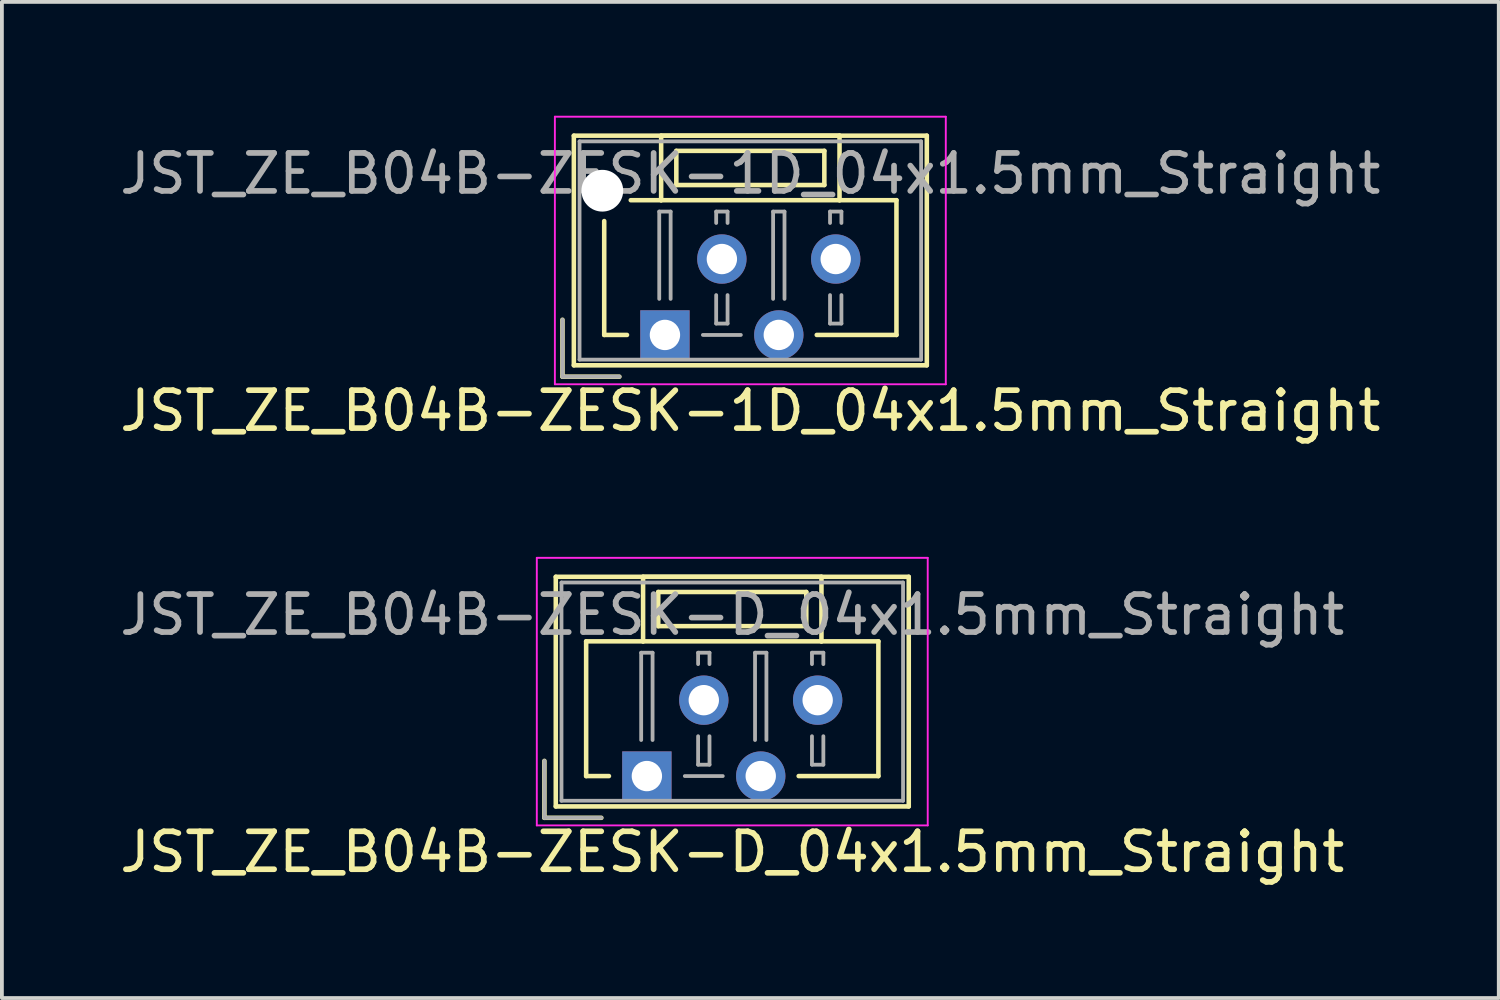
<source format=kicad_pcb>
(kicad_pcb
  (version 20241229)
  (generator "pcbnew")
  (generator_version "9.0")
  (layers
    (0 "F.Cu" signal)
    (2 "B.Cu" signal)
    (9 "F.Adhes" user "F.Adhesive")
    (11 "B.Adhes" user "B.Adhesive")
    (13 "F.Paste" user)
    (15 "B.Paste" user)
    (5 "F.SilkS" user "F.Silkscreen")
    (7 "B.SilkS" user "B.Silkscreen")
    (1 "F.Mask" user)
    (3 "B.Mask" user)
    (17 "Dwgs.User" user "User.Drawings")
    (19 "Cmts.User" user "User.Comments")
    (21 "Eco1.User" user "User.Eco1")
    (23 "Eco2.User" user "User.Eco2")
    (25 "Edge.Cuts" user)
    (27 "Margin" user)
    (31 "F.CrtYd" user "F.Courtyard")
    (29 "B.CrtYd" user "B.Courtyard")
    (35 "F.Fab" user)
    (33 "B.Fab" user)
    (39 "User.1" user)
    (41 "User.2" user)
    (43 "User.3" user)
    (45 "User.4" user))
  (footprint "JST_ZE_B04B-ZESK-D_04x1.5mm_Straight"
    (layer "F.Cu")
    (at 13.994 17.398)
    (property "Reference" "JST_ZE_B04B-ZESK-D_04x1.5mm_Straight" (at 2.25 2 0) (layer "F.SilkS") (effects (font (size 1 1) (thickness 0.15))))
    (attr through_hole)
    (fp_line (start -2.7 -0.4) (end -2.7 1.1) (stroke (width 0.12) (type solid)) (layer "F.SilkS"))
    (fp_line (start -2.7 1.1) (end -1.2 1.1) (stroke (width 0.12) (type solid)) (layer "F.SilkS"))
    (fp_line (start -2.4 -5.25) (end -2.4 0.8) (stroke (width 0.12) (type solid)) (layer "F.SilkS"))
    (fp_line (start -2.4 0.8) (end 6.9 0.8) (stroke (width 0.12) (type solid)) (layer "F.SilkS"))
    (fp_line (start -1.6 -3.55) (end -1.6 0) (stroke (width 0.12) (type solid)) (layer "F.SilkS"))
    (fp_line (start -1.6 0) (end -1 0) (stroke (width 0.12) (type solid)) (layer "F.SilkS"))
    (fp_line (start -0.1 -5.25) (end -0.1 -3.55) (stroke (width 0.12) (type solid)) (layer "F.SilkS"))
    (fp_line (start -0.1 -3.55) (end -1.6 -3.55) (stroke (width 0.12) (type solid)) (layer "F.SilkS"))
    (fp_line (start -0.1 -3.55) (end 4.6 -3.55) (stroke (width 0.12) (type solid)) (layer "F.SilkS"))
    (fp_line (start 0.3 -4.85) (end 0.3 -3.95) (stroke (width 0.12) (type solid)) (layer "F.SilkS"))
    (fp_line (start 0.3 -3.95) (end 4.2 -3.95) (stroke (width 0.12) (type solid)) (layer "F.SilkS"))
    (fp_line (start 4.2 -4.85) (end 0.3 -4.85) (stroke (width 0.12) (type solid)) (layer "F.SilkS"))
    (fp_line (start 4.2 -3.95) (end 4.2 -4.85) (stroke (width 0.12) (type solid)) (layer "F.SilkS"))
    (fp_line (start 4.6 -5.25) (end -0.1 -5.25) (stroke (width 0.12) (type solid)) (layer "F.SilkS"))
    (fp_line (start 4.6 -3.55) (end 4.6 -5.25) (stroke (width 0.12) (type solid)) (layer "F.SilkS"))
    (fp_line (start 4.6 -3.55) (end 6.1 -3.55) (stroke (width 0.12) (type solid)) (layer "F.SilkS"))
    (fp_line (start 6.1 -3.55) (end 6.1 0) (stroke (width 0.12) (type solid)) (layer "F.SilkS"))
    (fp_line (start 6.1 0) (end 4 0) (stroke (width 0.12) (type solid)) (layer "F.SilkS"))
    (fp_line (start 6.9 -5.25) (end -2.4 -5.25) (stroke (width 0.12) (type solid)) (layer "F.SilkS"))
    (fp_line (start 6.9 0.8) (end 6.9 -5.25) (stroke (width 0.12) (type solid)) (layer "F.SilkS"))
    (fp_line (start -2.9 -5.75) (end -2.9 1.3) (stroke (width 0.05) (type solid)) (layer "F.CrtYd"))
    (fp_line (start -2.9 1.3) (end 7.4 1.3) (stroke (width 0.05) (type solid)) (layer "F.CrtYd"))
    (fp_line (start 7.4 -5.75) (end -2.9 -5.75) (stroke (width 0.05) (type solid)) (layer "F.CrtYd"))
    (fp_line (start 7.4 1.3) (end 7.4 -5.75) (stroke (width 0.05) (type solid)) (layer "F.CrtYd"))
    (fp_line (start -2.7 -0.4) (end -2.7 1.1) (stroke (width 0.1) (type solid)) (layer "F.Fab"))
    (fp_line (start -2.7 1.1) (end -1.2 1.1) (stroke (width 0.1) (type solid)) (layer "F.Fab"))
    (fp_line (start -2.25 -5.1) (end -2.25 0.65) (stroke (width 0.1) (type solid)) (layer "F.Fab"))
    (fp_line (start -2.25 0.65) (end 6.75 0.65) (stroke (width 0.1) (type solid)) (layer "F.Fab"))
    (fp_line (start -0.15 -3.25) (end 0.15 -3.25) (stroke (width 0.1) (type solid)) (layer "F.Fab"))
    (fp_line (start -0.15 -0.95) (end -0.15 -3.25) (stroke (width 0.1) (type solid)) (layer "F.Fab"))
    (fp_line (start 0.15 -3.25) (end 0.15 -0.95) (stroke (width 0.1) (type solid)) (layer "F.Fab"))
    (fp_line (start 1 0) (end 2 0) (stroke (width 0.1) (type solid)) (layer "F.Fab"))
    (fp_line (start 1.35 -3.25) (end 1.65 -3.25) (stroke (width 0.1) (type solid)) (layer "F.Fab"))
    (fp_line (start 1.35 -2.95) (end 1.35 -3.25) (stroke (width 0.1) (type solid)) (layer "F.Fab"))
    (fp_line (start 1.35 -1.05) (end 1.35 -0.3) (stroke (width 0.1) (type solid)) (layer "F.Fab"))
    (fp_line (start 1.35 -0.3) (end 1.65 -0.3) (stroke (width 0.1) (type solid)) (layer "F.Fab"))
    (fp_line (start 1.65 -3.25) (end 1.65 -2.95) (stroke (width 0.1) (type solid)) (layer "F.Fab"))
    (fp_line (start 1.65 -0.3) (end 1.65 -1.05) (stroke (width 0.1) (type solid)) (layer "F.Fab"))
    (fp_line (start 2.85 -3.25) (end 3.15 -3.25) (stroke (width 0.1) (type solid)) (layer "F.Fab"))
    (fp_line (start 2.85 -0.95) (end 2.85 -3.25) (stroke (width 0.1) (type solid)) (layer "F.Fab"))
    (fp_line (start 3.15 -3.25) (end 3.15 -0.95) (stroke (width 0.1) (type solid)) (layer "F.Fab"))
    (fp_line (start 4.35 -3.25) (end 4.65 -3.25) (stroke (width 0.1) (type solid)) (layer "F.Fab"))
    (fp_line (start 4.35 -2.95) (end 4.35 -3.25) (stroke (width 0.1) (type solid)) (layer "F.Fab"))
    (fp_line (start 4.35 -1.05) (end 4.35 -0.3) (stroke (width 0.1) (type solid)) (layer "F.Fab"))
    (fp_line (start 4.35 -0.3) (end 4.65 -0.3) (stroke (width 0.1) (type solid)) (layer "F.Fab"))
    (fp_line (start 4.65 -3.25) (end 4.65 -2.95) (stroke (width 0.1) (type solid)) (layer "F.Fab"))
    (fp_line (start 4.65 -0.3) (end 4.65 -1.05) (stroke (width 0.1) (type solid)) (layer "F.Fab"))
    (fp_line (start 6.75 -5.1) (end -2.25 -5.1) (stroke (width 0.1) (type solid)) (layer "F.Fab"))
    (fp_line (start 6.75 0.65) (end 6.75 -5.1) (stroke (width 0.1) (type solid)) (layer "F.Fab"))
    (fp_text user "${REFERENCE}" (at 2.25 -4.25 0) (layer "F.Fab") (effects (font (size 1 1) (thickness 0.15))))
    (pad "1" thru_hole rect (at 0 0) (size 1.3 1.3) (drill 0.8) (layers "*.Cu" "*.Mask"))
    (pad "2" thru_hole circle (at 1.5 -2) (size 1.3 1.3) (drill 0.8) (layers "*.Cu" "*.Mask"))
    (pad "3" thru_hole circle (at 3 0) (size 1.3 1.3) (drill 0.8) (layers "*.Cu" "*.Mask"))
    (pad "4" thru_hole circle (at 4.5 -2) (size 1.3 1.3) (drill 0.8) (layers "*.Cu" "*.Mask")))
  (footprint "JST_ZE_B04B-ZESK-1D_04x1.5mm_Straight"
    (layer "F.Cu")
    (at 14.47 5.775)
    (property "Reference" "JST_ZE_B04B-ZESK-1D_04x1.5mm_Straight" (at 2.25 2 0) (layer "F.SilkS") (effects (font (size 1 1) (thickness 0.15))))
    (attr through_hole)
    (fp_line (start -2.7 -0.4) (end -2.7 1.1) (stroke (width 0.12) (type solid)) (layer "F.SilkS"))
    (fp_line (start -2.7 1.1) (end -1.2 1.1) (stroke (width 0.12) (type solid)) (layer "F.SilkS"))
    (fp_line (start -2.4 -5.25) (end -2.4 0.8) (stroke (width 0.12) (type solid)) (layer "F.SilkS"))
    (fp_line (start -2.4 0.8) (end 6.9 0.8) (stroke (width 0.12) (type solid)) (layer "F.SilkS"))
    (fp_line (start -1.6 -3) (end -1.6 0) (stroke (width 0.12) (type solid)) (layer "F.SilkS"))
    (fp_line (start -1.6 0) (end -1 0) (stroke (width 0.12) (type solid)) (layer "F.SilkS"))
    (fp_line (start -0.1 -5.25) (end -0.1 -3.55) (stroke (width 0.12) (type solid)) (layer "F.SilkS"))
    (fp_line (start -0.1 -3.55) (end -0.9 -3.55) (stroke (width 0.12) (type solid)) (layer "F.SilkS"))
    (fp_line (start -0.1 -3.55) (end 4.6 -3.55) (stroke (width 0.12) (type solid)) (layer "F.SilkS"))
    (fp_line (start 0.3 -4.85) (end 0.3 -3.95) (stroke (width 0.12) (type solid)) (layer "F.SilkS"))
    (fp_line (start 0.3 -3.95) (end 4.2 -3.95) (stroke (width 0.12) (type solid)) (layer "F.SilkS"))
    (fp_line (start 4.2 -4.85) (end 0.3 -4.85) (stroke (width 0.12) (type solid)) (layer "F.SilkS"))
    (fp_line (start 4.2 -3.95) (end 4.2 -4.85) (stroke (width 0.12) (type solid)) (layer "F.SilkS"))
    (fp_line (start 4.6 -5.25) (end -0.1 -5.25) (stroke (width 0.12) (type solid)) (layer "F.SilkS"))
    (fp_line (start 4.6 -3.55) (end 4.6 -5.25) (stroke (width 0.12) (type solid)) (layer "F.SilkS"))
    (fp_line (start 4.6 -3.55) (end 6.1 -3.55) (stroke (width 0.12) (type solid)) (layer "F.SilkS"))
    (fp_line (start 6.1 -3.55) (end 6.1 0) (stroke (width 0.12) (type solid)) (layer "F.SilkS"))
    (fp_line (start 6.1 0) (end 4 0) (stroke (width 0.12) (type solid)) (layer "F.SilkS"))
    (fp_line (start 6.9 -5.25) (end -2.4 -5.25) (stroke (width 0.12) (type solid)) (layer "F.SilkS"))
    (fp_line (start 6.9 0.8) (end 6.9 -5.25) (stroke (width 0.12) (type solid)) (layer "F.SilkS"))
    (fp_line (start -2.9 -5.75) (end -2.9 1.3) (stroke (width 0.05) (type solid)) (layer "F.CrtYd"))
    (fp_line (start -2.9 1.3) (end 7.4 1.3) (stroke (width 0.05) (type solid)) (layer "F.CrtYd"))
    (fp_line (start 7.4 -5.75) (end -2.9 -5.75) (stroke (width 0.05) (type solid)) (layer "F.CrtYd"))
    (fp_line (start 7.4 1.3) (end 7.4 -5.75) (stroke (width 0.05) (type solid)) (layer "F.CrtYd"))
    (fp_line (start -2.7 -0.4) (end -2.7 1.1) (stroke (width 0.1) (type solid)) (layer "F.Fab"))
    (fp_line (start -2.7 1.1) (end -1.2 1.1) (stroke (width 0.1) (type solid)) (layer "F.Fab"))
    (fp_line (start -2.25 -5.1) (end -2.25 0.65) (stroke (width 0.1) (type solid)) (layer "F.Fab"))
    (fp_line (start -2.25 0.65) (end 6.75 0.65) (stroke (width 0.1) (type solid)) (layer "F.Fab"))
    (fp_line (start -0.15 -3.25) (end 0.15 -3.25) (stroke (width 0.1) (type solid)) (layer "F.Fab"))
    (fp_line (start -0.15 -0.95) (end -0.15 -3.25) (stroke (width 0.1) (type solid)) (layer "F.Fab"))
    (fp_line (start 0.15 -3.25) (end 0.15 -0.95) (stroke (width 0.1) (type solid)) (layer "F.Fab"))
    (fp_line (start 1 0) (end 2 0) (stroke (width 0.1) (type solid)) (layer "F.Fab"))
    (fp_line (start 1.35 -3.25) (end 1.65 -3.25) (stroke (width 0.1) (type solid)) (layer "F.Fab"))
    (fp_line (start 1.35 -2.95) (end 1.35 -3.25) (stroke (width 0.1) (type solid)) (layer "F.Fab"))
    (fp_line (start 1.35 -1.05) (end 1.35 -0.3) (stroke (width 0.1) (type solid)) (layer "F.Fab"))
    (fp_line (start 1.35 -0.3) (end 1.65 -0.3) (stroke (width 0.1) (type solid)) (layer "F.Fab"))
    (fp_line (start 1.65 -3.25) (end 1.65 -2.95) (stroke (width 0.1) (type solid)) (layer "F.Fab"))
    (fp_line (start 1.65 -0.3) (end 1.65 -1.05) (stroke (width 0.1) (type solid)) (layer "F.Fab"))
    (fp_line (start 2.85 -3.25) (end 3.15 -3.25) (stroke (width 0.1) (type solid)) (layer "F.Fab"))
    (fp_line (start 2.85 -0.95) (end 2.85 -3.25) (stroke (width 0.1) (type solid)) (layer "F.Fab"))
    (fp_line (start 3.15 -3.25) (end 3.15 -0.95) (stroke (width 0.1) (type solid)) (layer "F.Fab"))
    (fp_line (start 4.35 -3.25) (end 4.65 -3.25) (stroke (width 0.1) (type solid)) (layer "F.Fab"))
    (fp_line (start 4.35 -2.95) (end 4.35 -3.25) (stroke (width 0.1) (type solid)) (layer "F.Fab"))
    (fp_line (start 4.35 -1.05) (end 4.35 -0.3) (stroke (width 0.1) (type solid)) (layer "F.Fab"))
    (fp_line (start 4.35 -0.3) (end 4.65 -0.3) (stroke (width 0.1) (type solid)) (layer "F.Fab"))
    (fp_line (start 4.65 -3.25) (end 4.65 -2.95) (stroke (width 0.1) (type solid)) (layer "F.Fab"))
    (fp_line (start 4.65 -0.3) (end 4.65 -1.05) (stroke (width 0.1) (type solid)) (layer "F.Fab"))
    (fp_line (start 6.75 -5.1) (end -2.25 -5.1) (stroke (width 0.1) (type solid)) (layer "F.Fab"))
    (fp_line (start 6.75 0.65) (end 6.75 -5.1) (stroke (width 0.1) (type solid)) (layer "F.Fab"))
    (fp_text user "${REFERENCE}" (at 2.25 -4.25 0) (layer "F.Fab") (effects (font (size 1 1) (thickness 0.15))))
    (pad "" np_thru_hole circle (at -1.65 -3.8) (size 1.1 1.1) (drill 1.1) (layers "*.Cu"))
    (pad "1" thru_hole rect (at 0 0) (size 1.3 1.3) (drill 0.8) (layers "*.Cu" "*.Mask"))
    (pad "2" thru_hole circle (at 1.5 -2) (size 1.3 1.3) (drill 0.8) (layers "*.Cu" "*.Mask"))
    (pad "3" thru_hole circle (at 3 0) (size 1.3 1.3) (drill 0.8) (layers "*.Cu" "*.Mask"))
    (pad "4" thru_hole circle (at 4.5 -2) (size 1.3 1.3) (drill 0.8) (layers "*.Cu" "*.Mask")))
  (gr_rect
    (start -3 -3)
    (end 36.44 23.247)
    (stroke (width 0.1) (type default))
    (fill no)
    (layer "Edge.Cuts")))
</source>
